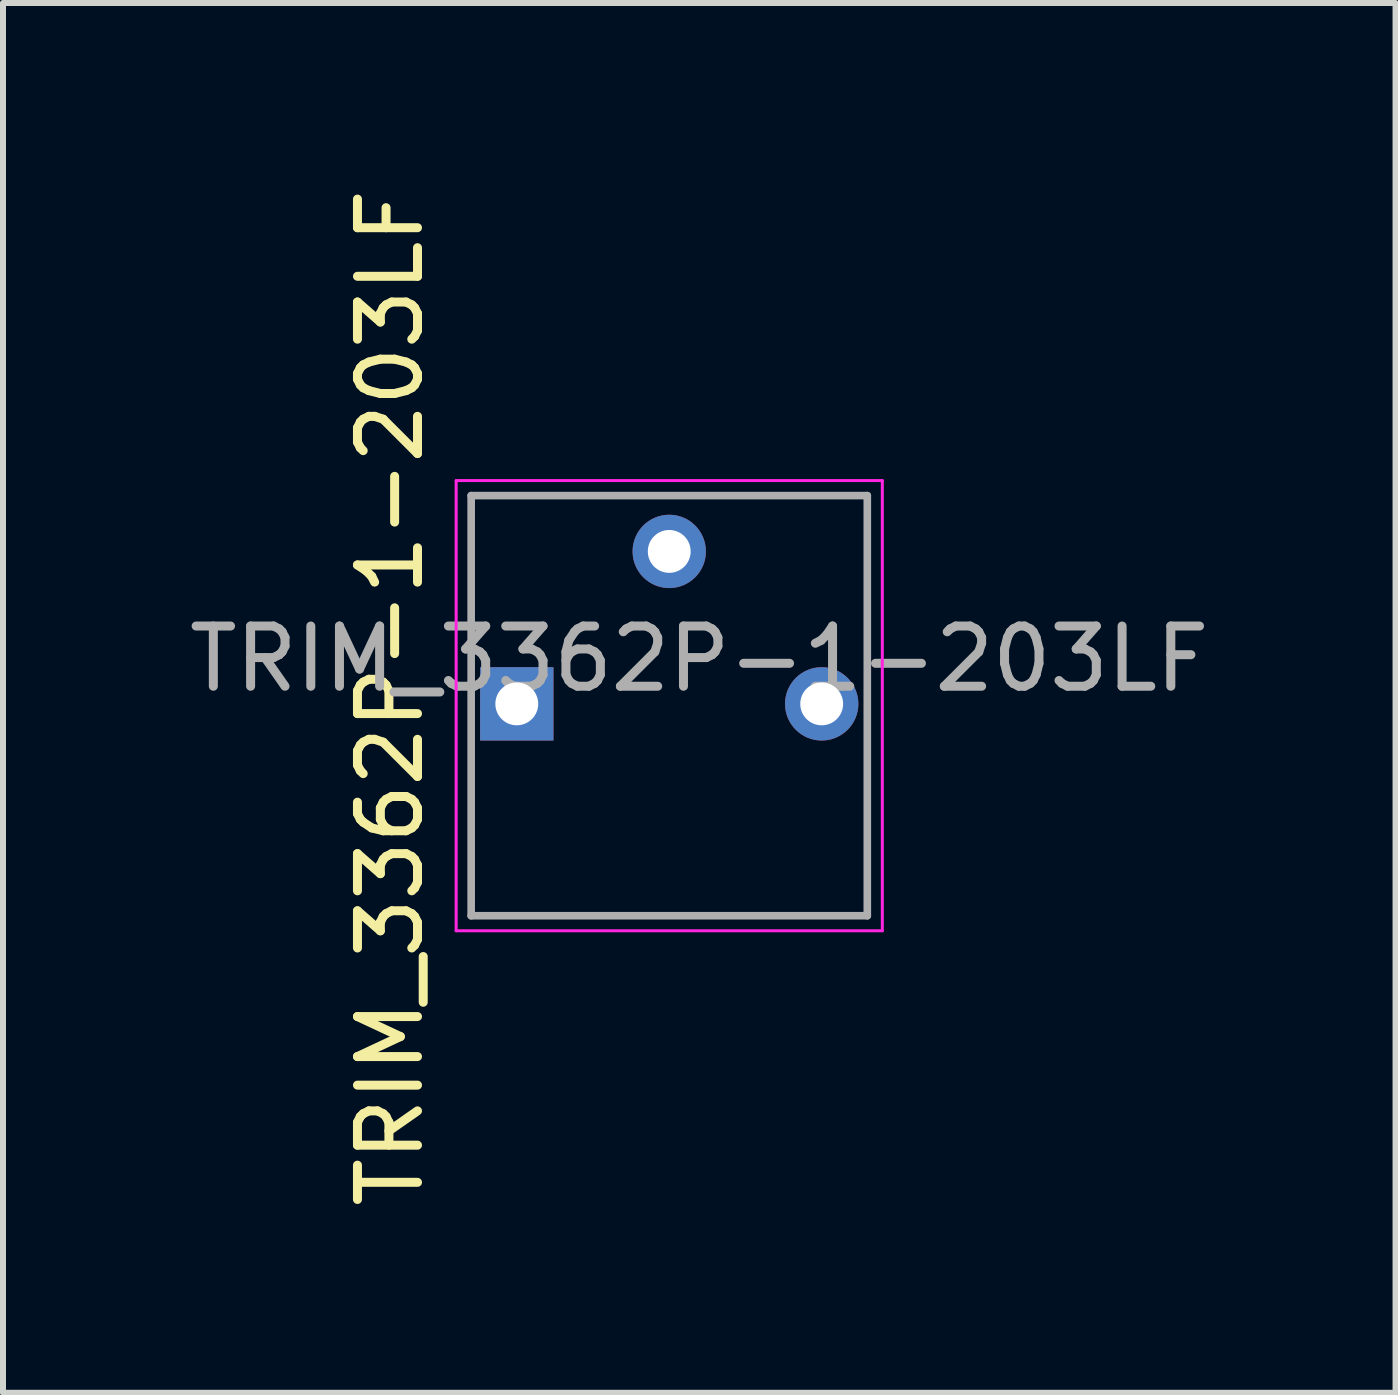
<source format=kicad_pcb>
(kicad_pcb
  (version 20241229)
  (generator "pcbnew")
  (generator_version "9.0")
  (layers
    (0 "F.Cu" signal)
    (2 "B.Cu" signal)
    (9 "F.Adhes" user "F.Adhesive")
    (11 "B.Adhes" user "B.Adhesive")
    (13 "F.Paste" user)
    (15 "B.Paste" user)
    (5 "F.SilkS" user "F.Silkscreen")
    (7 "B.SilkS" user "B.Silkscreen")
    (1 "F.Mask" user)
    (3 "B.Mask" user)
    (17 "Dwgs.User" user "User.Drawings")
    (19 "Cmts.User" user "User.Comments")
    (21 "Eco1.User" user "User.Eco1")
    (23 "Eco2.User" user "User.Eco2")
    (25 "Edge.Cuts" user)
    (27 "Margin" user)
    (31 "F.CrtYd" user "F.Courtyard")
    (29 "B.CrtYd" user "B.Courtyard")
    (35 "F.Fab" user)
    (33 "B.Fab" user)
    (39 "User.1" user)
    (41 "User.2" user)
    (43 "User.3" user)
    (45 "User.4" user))
  (footprint "TRIM_3362P-1-203LF"
    (layer "F.Cu")
    (at 8.1 8.677)
    (property "Reference" "TRIM_3362P-1-203LF" (at 0.5 -0.75 0) (layer "F.Fab") (effects (font (size 1.003 1.003) (thickness 0.15))))
    (property "Value" "TRIM_3362P-1-203LF" (at 0.75 4.75 0) (layer "F.Fab") (hide yes) (effects (font (size 1.002 1.002) (thickness 0.15))))
    (attr through_hole)
    (fp_line (start -3.55 -3.72) (end 3.55 -3.72) (stroke (width 0.05) (type solid)) (layer "F.CrtYd"))
    (fp_line (start -3.55 3.78) (end -3.55 -3.72) (stroke (width 0.05) (type solid)) (layer "F.CrtYd"))
    (fp_line (start 3.55 -3.72) (end 3.55 3.78) (stroke (width 0.05) (type solid)) (layer "F.CrtYd"))
    (fp_line (start 3.55 3.78) (end -3.55 3.78) (stroke (width 0.05) (type solid)) (layer "F.CrtYd"))
    (fp_line (start -3.3 -3.47) (end 3.3 -3.47) (stroke (width 0.127) (type solid)) (layer "F.Fab"))
    (fp_line (start -3.3 3.53) (end -3.3 -3.47) (stroke (width 0.127) (type solid)) (layer "F.Fab"))
    (fp_line (start 3.3 -3.47) (end 3.3 3.53) (stroke (width 0.127) (type solid)) (layer "F.Fab"))
    (fp_line (start 3.3 3.53) (end -3.3 3.53) (stroke (width 0.127) (type solid)) (layer "F.Fab"))
    (fp_text user "${VALUE}" (at -4.064 -0.1 90) (unlocked yes) (layer "F.SilkS") (effects (font (size 1 1) (thickness 0.15)) (justify bottom)))
    (pad "1" thru_hole rect (at -2.54 0) (size 1.222 1.222) (drill 0.714) (layers "*.Cu" "*.Mask"))
    (pad "2" thru_hole circle (at 0 -2.54) (size 1.222 1.222) (drill 0.714) (layers "*.Cu" "*.Mask"))
    (pad "3" thru_hole circle (at 2.54 0) (size 1.222 1.222) (drill 0.714) (layers "*.Cu" "*.Mask")))
  (gr_rect
    (start -3 -3)
    (end 20.201 20.155)
    (stroke (width 0.1) (type default))
    (fill no)
    (layer "Edge.Cuts")))
</source>
